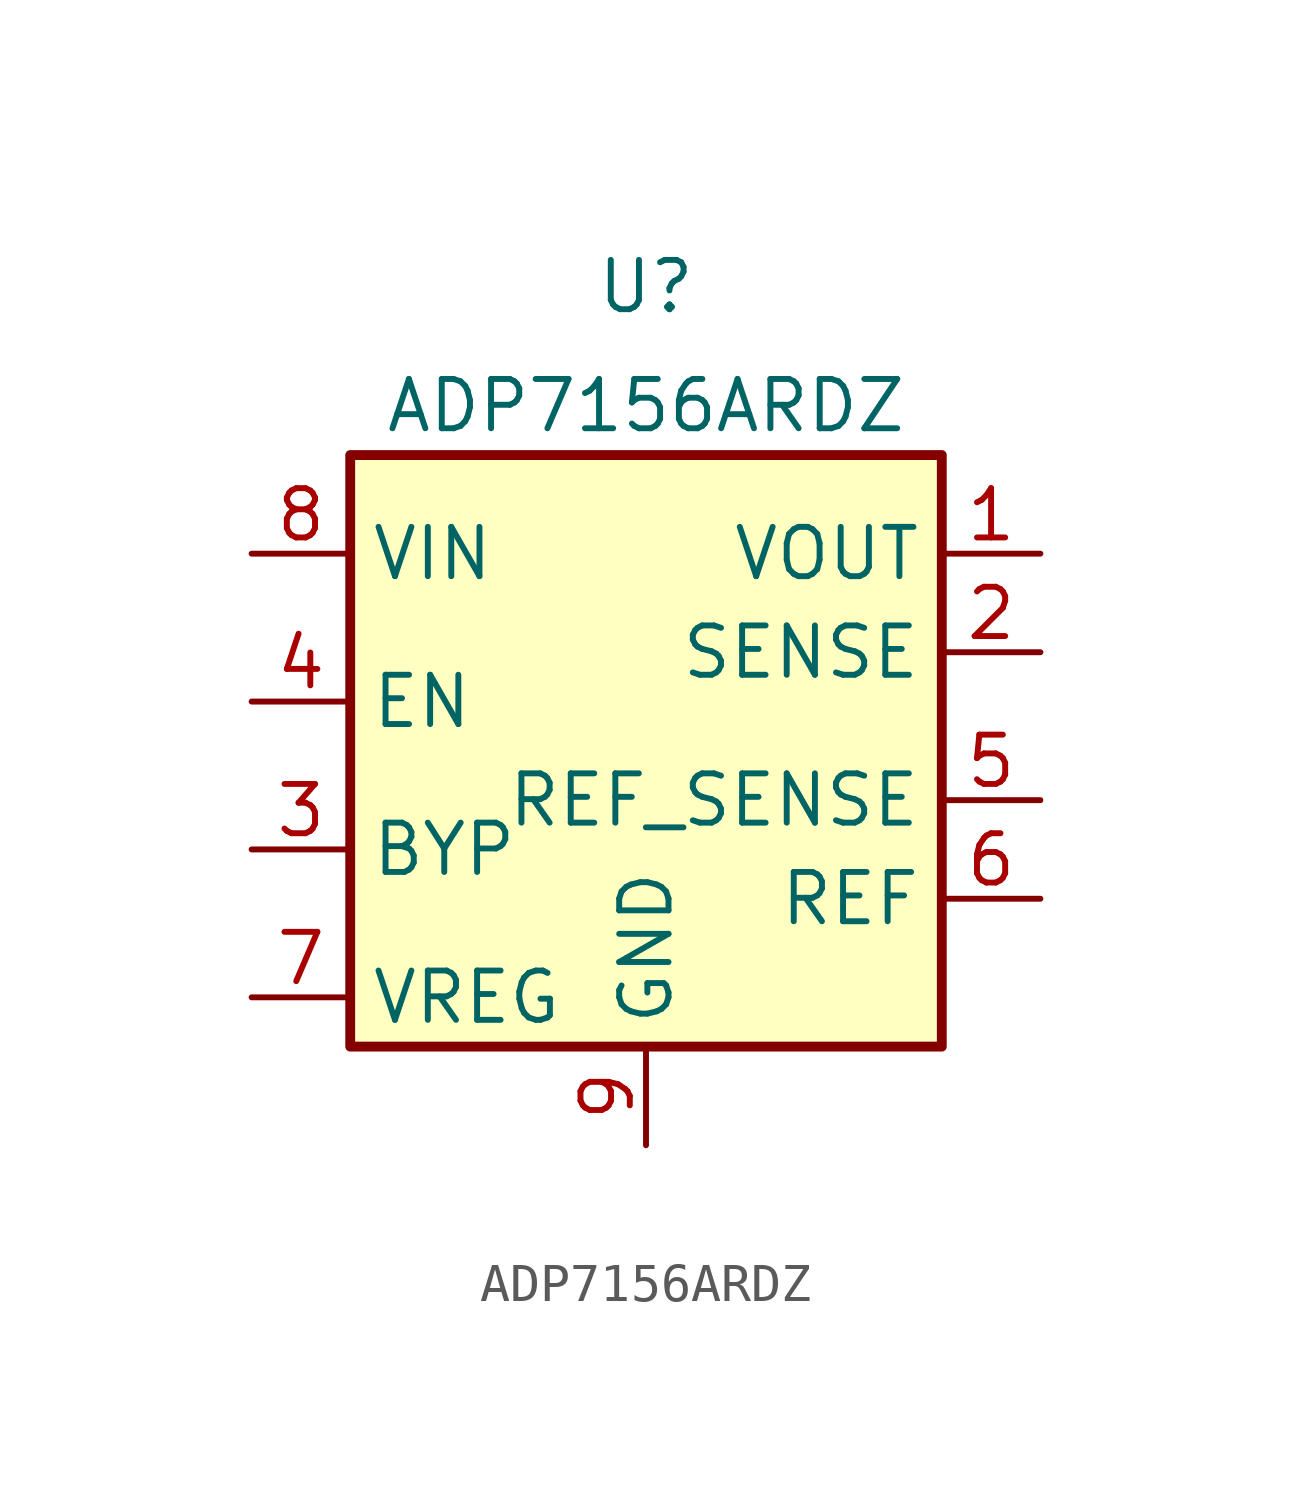
<source format=kicad_sym>
(kicad_symbol_lib
  (version 20220914)
  (generator kicad_symbol_editor)
  (symbol "ADP7156ARDZ"
    (property "Reference" "U"
      (at 0 12.7 0)
      (effects (font (size 1.27 1.27)) (justify top)))
    (property "Value" "ADP7156ARDZ"
      (at 0 8.89 0)
      (effects (font (size 1.27 1.27))))
    (symbol "ADP7156ARDZ_0_1"
      (rectangle (start -7.62 7.62) (end 7.62 -7.62) (stroke (width 0.254) (type default)) (fill (type background))))
    (symbol "ADP7156ARDZ_1_1"
      (pin power_out line (at 10.16 5.08 180) (length 2.54) (name "VOUT" (effects (font (size 1.27 1.27)))) (number "1" (effects (font (size 1.27 1.27)))))
      (pin power_out line (at 10.16 2.54 180) (length 2.54) (name "SENSE" (effects (font (size 1.27 1.27)))) (number "2" (effects (font (size 1.27 1.27)))))
      (pin input line (at -10.16 -2.54 0) (length 2.54) (name "BYP" (effects (font (size 1.27 1.27)))) (number "3" (effects (font (size 1.27 1.27)))))
      (pin power_in line (at -10.16 1.27 0) (length 2.54) (name "EN" (effects (font (size 1.27 1.27)))) (number "4" (effects (font (size 1.27 1.27)))))
      (pin input line (at 10.16 -1.27 180) (length 2.54) (name "REF_SENSE" (effects (font (size 1.27 1.27)))) (number "5" (effects (font (size 1.27 1.27)))))
      (pin input line (at 10.16 -3.81 180) (length 2.54) (name "REF" (effects (font (size 1.27 1.27)))) (number "6" (effects (font (size 1.27 1.27)))))
      (pin power_in line (at -10.16 -6.35 0) (length 2.54) (name "VREG" (effects (font (size 1.27 1.27)))) (number "7" (effects (font (size 1.27 1.27)))))
      (pin power_in line (at -10.16 5.08 0) (length 2.54) (name "VIN" (effects (font (size 1.27 1.27)))) (number "8" (effects (font (size 1.27 1.27)))))
      (pin power_in line (at 0 -10.16 90) (length 2.54) (name "GND" (effects (font (size 1.27 1.27)))) (number "9" (effects (font (size 1.27 1.27))))))))
</source>
